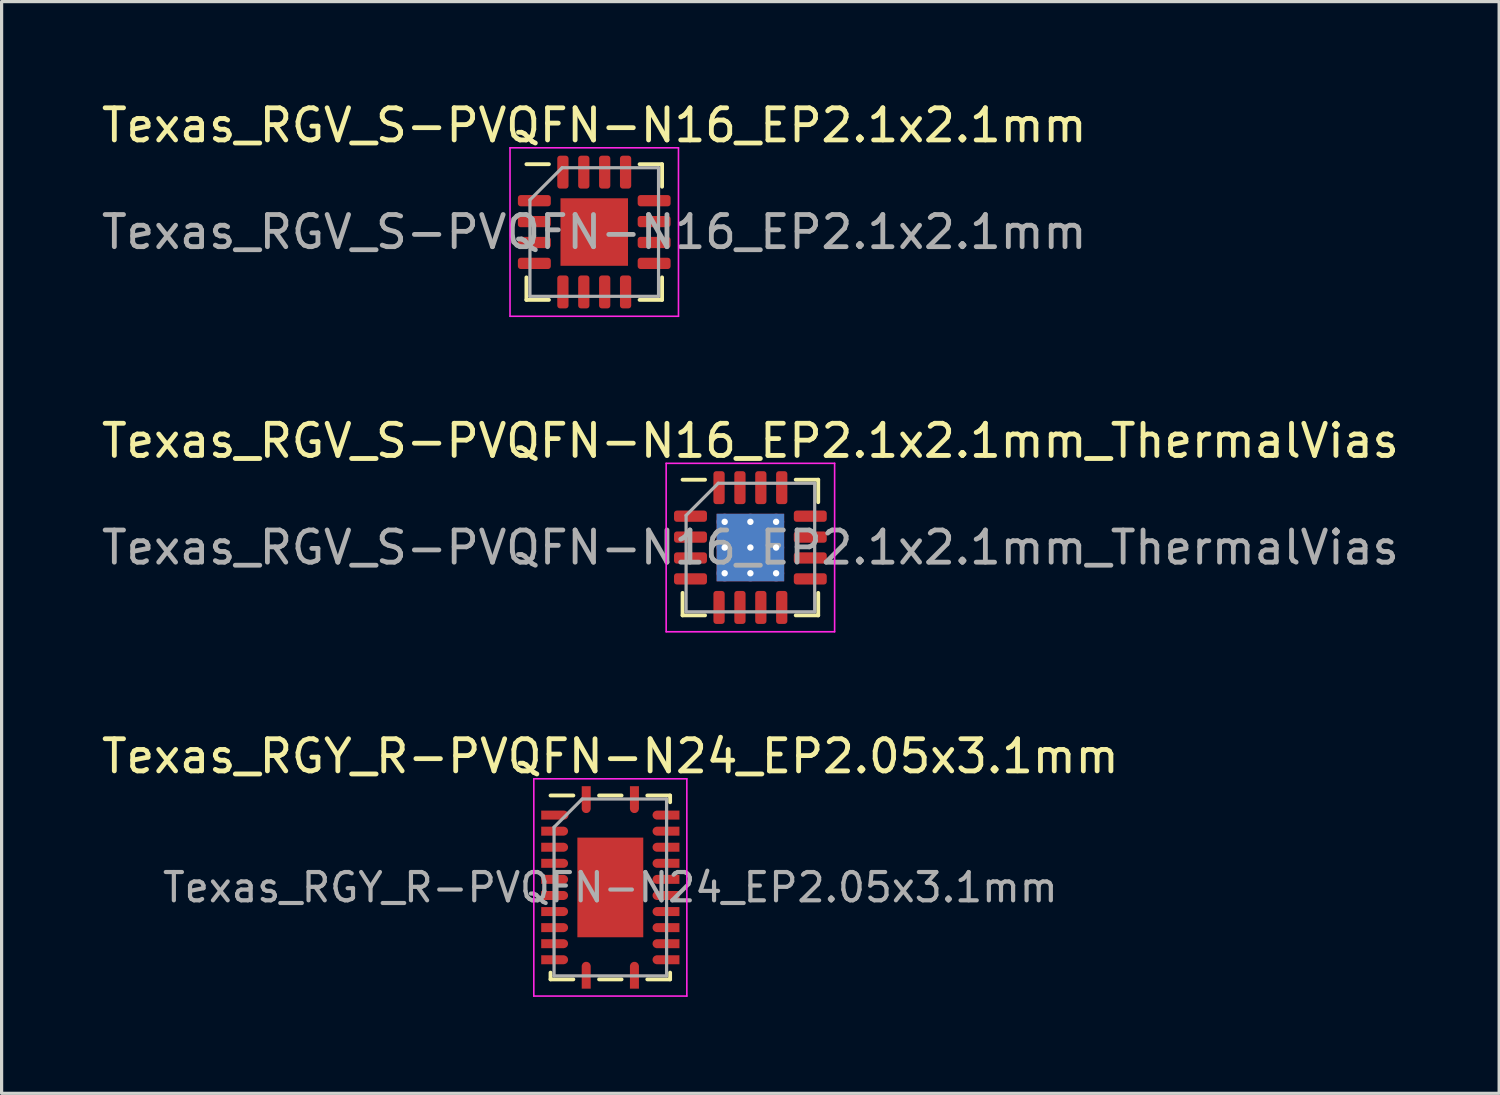
<source format=kicad_pcb>
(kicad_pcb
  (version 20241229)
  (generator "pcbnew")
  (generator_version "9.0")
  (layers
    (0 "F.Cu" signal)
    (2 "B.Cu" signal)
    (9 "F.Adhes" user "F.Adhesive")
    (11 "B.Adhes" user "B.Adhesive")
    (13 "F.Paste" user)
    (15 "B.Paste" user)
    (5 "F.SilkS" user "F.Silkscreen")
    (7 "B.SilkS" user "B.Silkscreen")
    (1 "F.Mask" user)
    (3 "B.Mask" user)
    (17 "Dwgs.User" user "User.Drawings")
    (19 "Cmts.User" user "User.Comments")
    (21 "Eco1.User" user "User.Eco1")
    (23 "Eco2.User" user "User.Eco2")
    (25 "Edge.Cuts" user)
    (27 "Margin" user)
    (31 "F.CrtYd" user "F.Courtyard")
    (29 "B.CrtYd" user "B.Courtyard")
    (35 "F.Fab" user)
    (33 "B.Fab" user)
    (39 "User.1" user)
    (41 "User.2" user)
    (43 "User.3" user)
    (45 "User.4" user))
  (footprint "Texas_RGV_S-PVQFN-N16_EP2.1x2.1mm"
    (layer "F.Cu")
    (at 15.435 4.168)
    (property "Reference" "Texas_RGV_S-PVQFN-N16_EP2.1x2.1mm" (at 0 -3.32 0) (layer "F.SilkS") (effects (font (size 1 1) (thickness 0.15))))
    (attr smd)
    (fp_line (start -2.11 2.11) (end -2.11 1.41) (stroke (width 0.12) (type solid)) (layer "F.SilkS"))
    (fp_line (start -1.41 -2.11) (end -2.11 -2.11) (stroke (width 0.12) (type solid)) (layer "F.SilkS"))
    (fp_line (start -1.41 2.11) (end -2.11 2.11) (stroke (width 0.12) (type solid)) (layer "F.SilkS"))
    (fp_line (start 1.41 -2.11) (end 2.11 -2.11) (stroke (width 0.12) (type solid)) (layer "F.SilkS"))
    (fp_line (start 1.41 2.11) (end 2.11 2.11) (stroke (width 0.12) (type solid)) (layer "F.SilkS"))
    (fp_line (start 2.11 -2.11) (end 2.11 -1.41) (stroke (width 0.12) (type solid)) (layer "F.SilkS"))
    (fp_line (start 2.11 2.11) (end 2.11 1.41) (stroke (width 0.12) (type solid)) (layer "F.SilkS"))
    (fp_line (start -2.62 -2.62) (end -2.62 2.62) (stroke (width 0.05) (type solid)) (layer "F.CrtYd"))
    (fp_line (start -2.62 2.62) (end 2.62 2.62) (stroke (width 0.05) (type solid)) (layer "F.CrtYd"))
    (fp_line (start 2.62 -2.62) (end -2.62 -2.62) (stroke (width 0.05) (type solid)) (layer "F.CrtYd"))
    (fp_line (start 2.62 2.62) (end 2.62 -2.62) (stroke (width 0.05) (type solid)) (layer "F.CrtYd"))
    (fp_line (start -2 -1) (end -1 -2) (stroke (width 0.1) (type solid)) (layer "F.Fab"))
    (fp_line (start -2 2) (end -2 -1) (stroke (width 0.1) (type solid)) (layer "F.Fab"))
    (fp_line (start -1 -2) (end 2 -2) (stroke (width 0.1) (type solid)) (layer "F.Fab"))
    (fp_line (start 2 -2) (end 2 2) (stroke (width 0.1) (type solid)) (layer "F.Fab"))
    (fp_line (start 2 2) (end -2 2) (stroke (width 0.1) (type solid)) (layer "F.Fab"))
    (fp_text user "${REFERENCE}" (at 0 0 0) (layer "F.Fab") (effects (font (size 1 1) (thickness 0.15))))
    (pad "" smd roundrect (at -0.525 -0.525) (size 0.85 0.85) (layers "F.Paste") (roundrect_rratio 0.25))
    (pad "" smd roundrect (at -0.525 0.525) (size 0.85 0.85) (layers "F.Paste") (roundrect_rratio 0.25))
    (pad "" smd roundrect (at 0.525 -0.525) (size 0.85 0.85) (layers "F.Paste") (roundrect_rratio 0.25))
    (pad "" smd roundrect (at 0.525 0.525) (size 0.85 0.85) (layers "F.Paste") (roundrect_rratio 0.25))
    (pad "1" smd roundrect (at -1.863 -0.975) (size 1.025 0.35) (layers "F.Cu" "F.Mask" "F.Paste") (roundrect_rratio 0.25))
    (pad "2" smd roundrect (at -1.863 -0.325) (size 1.025 0.35) (layers "F.Cu" "F.Mask" "F.Paste") (roundrect_rratio 0.25))
    (pad "3" smd roundrect (at -1.863 0.325) (size 1.025 0.35) (layers "F.Cu" "F.Mask" "F.Paste") (roundrect_rratio 0.25))
    (pad "4" smd roundrect (at -1.863 0.975) (size 1.025 0.35) (layers "F.Cu" "F.Mask" "F.Paste") (roundrect_rratio 0.25))
    (pad "5" smd roundrect (at -0.975 1.863) (size 0.35 1.025) (layers "F.Cu" "F.Mask" "F.Paste") (roundrect_rratio 0.25))
    (pad "6" smd roundrect (at -0.325 1.863) (size 0.35 1.025) (layers "F.Cu" "F.Mask" "F.Paste") (roundrect_rratio 0.25))
    (pad "7" smd roundrect (at 0.325 1.863) (size 0.35 1.025) (layers "F.Cu" "F.Mask" "F.Paste") (roundrect_rratio 0.25))
    (pad "8" smd roundrect (at 0.975 1.863) (size 0.35 1.025) (layers "F.Cu" "F.Mask" "F.Paste") (roundrect_rratio 0.25))
    (pad "9" smd roundrect (at 1.863 0.975) (size 1.025 0.35) (layers "F.Cu" "F.Mask" "F.Paste") (roundrect_rratio 0.25))
    (pad "10" smd roundrect (at 1.863 0.325) (size 1.025 0.35) (layers "F.Cu" "F.Mask" "F.Paste") (roundrect_rratio 0.25))
    (pad "11" smd roundrect (at 1.863 -0.325) (size 1.025 0.35) (layers "F.Cu" "F.Mask" "F.Paste") (roundrect_rratio 0.25))
    (pad "12" smd roundrect (at 1.863 -0.975) (size 1.025 0.35) (layers "F.Cu" "F.Mask" "F.Paste") (roundrect_rratio 0.25))
    (pad "13" smd roundrect (at 0.975 -1.863) (size 0.35 1.025) (layers "F.Cu" "F.Mask" "F.Paste") (roundrect_rratio 0.25))
    (pad "14" smd roundrect (at 0.325 -1.863) (size 0.35 1.025) (layers "F.Cu" "F.Mask" "F.Paste") (roundrect_rratio 0.25))
    (pad "15" smd roundrect (at -0.325 -1.863) (size 0.35 1.025) (layers "F.Cu" "F.Mask" "F.Paste") (roundrect_rratio 0.25))
    (pad "16" smd roundrect (at -0.975 -1.863) (size 0.35 1.025) (layers "F.Cu" "F.Mask" "F.Paste") (roundrect_rratio 0.25))
    (pad "17" smd rect (at 0 0) (size 2.1 2.1) (layers "F.Cu" "F.Mask")))
  (footprint "Texas_RGV_S-PVQFN-N16_EP2.1x2.1mm_ThermalVias"
    (layer "F.Cu")
    (at 20.292 13.982)
    (property "Reference" "Texas_RGV_S-PVQFN-N16_EP2.1x2.1mm_ThermalVias" (at 0 -3.32 0) (layer "F.SilkS") (effects (font (size 1 1) (thickness 0.15))))
    (attr smd)
    (fp_line (start -2.11 2.11) (end -2.11 1.41) (stroke (width 0.12) (type solid)) (layer "F.SilkS"))
    (fp_line (start -1.41 -2.11) (end -2.11 -2.11) (stroke (width 0.12) (type solid)) (layer "F.SilkS"))
    (fp_line (start -1.41 2.11) (end -2.11 2.11) (stroke (width 0.12) (type solid)) (layer "F.SilkS"))
    (fp_line (start 1.41 -2.11) (end 2.11 -2.11) (stroke (width 0.12) (type solid)) (layer "F.SilkS"))
    (fp_line (start 1.41 2.11) (end 2.11 2.11) (stroke (width 0.12) (type solid)) (layer "F.SilkS"))
    (fp_line (start 2.11 -2.11) (end 2.11 -1.41) (stroke (width 0.12) (type solid)) (layer "F.SilkS"))
    (fp_line (start 2.11 2.11) (end 2.11 1.41) (stroke (width 0.12) (type solid)) (layer "F.SilkS"))
    (fp_line (start -2.62 -2.62) (end -2.62 2.62) (stroke (width 0.05) (type solid)) (layer "F.CrtYd"))
    (fp_line (start -2.62 2.62) (end 2.62 2.62) (stroke (width 0.05) (type solid)) (layer "F.CrtYd"))
    (fp_line (start 2.62 -2.62) (end -2.62 -2.62) (stroke (width 0.05) (type solid)) (layer "F.CrtYd"))
    (fp_line (start 2.62 2.62) (end 2.62 -2.62) (stroke (width 0.05) (type solid)) (layer "F.CrtYd"))
    (fp_line (start -2 -1) (end -1 -2) (stroke (width 0.1) (type solid)) (layer "F.Fab"))
    (fp_line (start -2 2) (end -2 -1) (stroke (width 0.1) (type solid)) (layer "F.Fab"))
    (fp_line (start -1 -2) (end 2 -2) (stroke (width 0.1) (type solid)) (layer "F.Fab"))
    (fp_line (start 2 -2) (end 2 2) (stroke (width 0.1) (type solid)) (layer "F.Fab"))
    (fp_line (start 2 2) (end -2 2) (stroke (width 0.1) (type solid)) (layer "F.Fab"))
    (fp_text user "${REFERENCE}" (at 0 0 0) (layer "F.Fab") (effects (font (size 1 1) (thickness 0.15))))
    (pad "" smd roundrect (at -0.525 -0.525) (size 0.91 0.91) (layers "F.Paste") (roundrect_rratio 0.25))
    (pad "" smd roundrect (at -0.525 0.525) (size 0.91 0.91) (layers "F.Paste") (roundrect_rratio 0.25))
    (pad "" smd roundrect (at 0.525 -0.525) (size 0.91 0.91) (layers "F.Paste") (roundrect_rratio 0.25))
    (pad "" smd roundrect (at 0.525 0.525) (size 0.91 0.91) (layers "F.Paste") (roundrect_rratio 0.25))
    (pad "1" smd roundrect (at -1.863 -0.975) (size 1.025 0.35) (layers "F.Cu" "F.Mask" "F.Paste") (roundrect_rratio 0.25))
    (pad "2" smd roundrect (at -1.863 -0.325) (size 1.025 0.35) (layers "F.Cu" "F.Mask" "F.Paste") (roundrect_rratio 0.25))
    (pad "3" smd roundrect (at -1.863 0.325) (size 1.025 0.35) (layers "F.Cu" "F.Mask" "F.Paste") (roundrect_rratio 0.25))
    (pad "4" smd roundrect (at -1.863 0.975) (size 1.025 0.35) (layers "F.Cu" "F.Mask" "F.Paste") (roundrect_rratio 0.25))
    (pad "5" smd roundrect (at -0.975 1.863) (size 0.35 1.025) (layers "F.Cu" "F.Mask" "F.Paste") (roundrect_rratio 0.25))
    (pad "6" smd roundrect (at -0.325 1.863) (size 0.35 1.025) (layers "F.Cu" "F.Mask" "F.Paste") (roundrect_rratio 0.25))
    (pad "7" smd roundrect (at 0.325 1.863) (size 0.35 1.025) (layers "F.Cu" "F.Mask" "F.Paste") (roundrect_rratio 0.25))
    (pad "8" smd roundrect (at 0.975 1.863) (size 0.35 1.025) (layers "F.Cu" "F.Mask" "F.Paste") (roundrect_rratio 0.25))
    (pad "9" smd roundrect (at 1.863 0.975) (size 1.025 0.35) (layers "F.Cu" "F.Mask" "F.Paste") (roundrect_rratio 0.25))
    (pad "10" smd roundrect (at 1.863 0.325) (size 1.025 0.35) (layers "F.Cu" "F.Mask" "F.Paste") (roundrect_rratio 0.25))
    (pad "11" smd roundrect (at 1.863 -0.325) (size 1.025 0.35) (layers "F.Cu" "F.Mask" "F.Paste") (roundrect_rratio 0.25))
    (pad "12" smd roundrect (at 1.863 -0.975) (size 1.025 0.35) (layers "F.Cu" "F.Mask" "F.Paste") (roundrect_rratio 0.25))
    (pad "13" smd roundrect (at 0.975 -1.863) (size 0.35 1.025) (layers "F.Cu" "F.Mask" "F.Paste") (roundrect_rratio 0.25))
    (pad "14" smd roundrect (at 0.325 -1.863) (size 0.35 1.025) (layers "F.Cu" "F.Mask" "F.Paste") (roundrect_rratio 0.25))
    (pad "15" smd roundrect (at -0.325 -1.863) (size 0.35 1.025) (layers "F.Cu" "F.Mask" "F.Paste") (roundrect_rratio 0.25))
    (pad "16" smd roundrect (at -0.975 -1.863) (size 0.35 1.025) (layers "F.Cu" "F.Mask" "F.Paste") (roundrect_rratio 0.25))
    (pad "17" thru_hole circle (at -0.8 -0.8) (size 0.5 0.5) (drill 0.2) (layers "*.Cu"))
    (pad "17" thru_hole circle (at -0.8 0) (size 0.5 0.5) (drill 0.2) (layers "*.Cu"))
    (pad "17" thru_hole circle (at -0.8 0.8) (size 0.5 0.5) (drill 0.2) (layers "*.Cu"))
    (pad "17" thru_hole circle (at 0 -0.8) (size 0.5 0.5) (drill 0.2) (layers "*.Cu"))
    (pad "17" thru_hole circle (at 0 0) (size 0.5 0.5) (drill 0.2) (layers "*.Cu"))
    (pad "17" smd rect (at 0 0) (size 2.1 2.1) (layers "F.Cu" "F.Mask"))
    (pad "17" smd rect (at 0 0) (size 2.1 2.1) (layers "B.Cu"))
    (pad "17" thru_hole circle (at 0 0.8) (size 0.5 0.5) (drill 0.2) (layers "*.Cu"))
    (pad "17" thru_hole circle (at 0.8 -0.8) (size 0.5 0.5) (drill 0.2) (layers "*.Cu"))
    (pad "17" thru_hole circle (at 0.8 0) (size 0.5 0.5) (drill 0.2) (layers "*.Cu"))
    (pad "17" thru_hole circle (at 0.8 0.8) (size 0.5 0.5) (drill 0.2) (layers "*.Cu")))
  (footprint "Texas_RGY_R-PVQFN-N24_EP2.05x3.1mm"
    (layer "F.Cu")
    (at 15.935 24.555)
    (property "Reference" "Texas_RGY_R-PVQFN-N24_EP2.05x3.1mm" (at 0 -4.08 0) (layer "F.SilkS") (effects (font (size 1 1) (thickness 0.15))))
    (attr smd)
    (fp_line (start -1.86 2.86) (end -1.86 2.65) (stroke (width 0.12) (type solid)) (layer "F.SilkS"))
    (fp_line (start -1.15 -2.86) (end -1.86 -2.86) (stroke (width 0.12) (type solid)) (layer "F.SilkS"))
    (fp_line (start -1.15 2.86) (end -1.86 2.86) (stroke (width 0.12) (type solid)) (layer "F.SilkS"))
    (fp_line (start 0.35 -2.86) (end -0.35 -2.86) (stroke (width 0.12) (type solid)) (layer "F.SilkS"))
    (fp_line (start 0.35 2.86) (end -0.35 2.86) (stroke (width 0.12) (type solid)) (layer "F.SilkS"))
    (fp_line (start 1.15 -2.86) (end 1.86 -2.86) (stroke (width 0.12) (type solid)) (layer "F.SilkS"))
    (fp_line (start 1.15 2.86) (end 1.86 2.86) (stroke (width 0.12) (type solid)) (layer "F.SilkS"))
    (fp_line (start 1.86 -2.86) (end 1.86 -2.65) (stroke (width 0.12) (type solid)) (layer "F.SilkS"))
    (fp_line (start 1.86 2.86) (end 1.86 2.65) (stroke (width 0.12) (type solid)) (layer "F.SilkS"))
    (fp_line (start -2.38 -3.38) (end -2.38 3.38) (stroke (width 0.05) (type solid)) (layer "F.CrtYd"))
    (fp_line (start -2.38 3.38) (end 2.38 3.38) (stroke (width 0.05) (type solid)) (layer "F.CrtYd"))
    (fp_line (start 2.38 -3.38) (end -2.38 -3.38) (stroke (width 0.05) (type solid)) (layer "F.CrtYd"))
    (fp_line (start 2.38 3.38) (end 2.38 -3.38) (stroke (width 0.05) (type solid)) (layer "F.CrtYd"))
    (fp_line (start -1.75 -1.875) (end -0.875 -2.75) (stroke (width 0.1) (type solid)) (layer "F.Fab"))
    (fp_line (start -1.75 2.75) (end -1.75 -1.875) (stroke (width 0.1) (type solid)) (layer "F.Fab"))
    (fp_line (start -0.875 -2.75) (end 1.75 -2.75) (stroke (width 0.1) (type solid)) (layer "F.Fab"))
    (fp_line (start 1.75 -2.75) (end 1.75 2.75) (stroke (width 0.1) (type solid)) (layer "F.Fab"))
    (fp_line (start 1.75 2.75) (end -1.75 2.75) (stroke (width 0.1) (type solid)) (layer "F.Fab"))
    (fp_text user "${REFERENCE}" (at 0 0 0) (layer "F.Fab") (effects (font (size 0.88 0.88) (thickness 0.13))))
    (pad "" smd rect (at -0.56 -0.81) (size 0.82 1.32) (layers "F.Paste"))
    (pad "" smd rect (at -0.56 0.81) (size 0.82 1.32) (layers "F.Paste"))
    (pad "" smd rect (at 0.56 -0.81) (size 0.82 1.32) (layers "F.Paste"))
    (pad "" smd rect (at 0.56 0.81) (size 0.82 1.32) (layers "F.Paste"))
    (pad "1" smd custom (at -0.75 -2.795) (size 0.28 0.71) (layers "F.Cu" "F.Mask" "F.Paste") (options (anchor rect)) (primitives (gr_circle (center 0 0.343) (end 0.14 0.343) (width 0) (fill yes))))
    (pad "2" smd custom (at -1.795 -2.25) (size 0.71 0.28) (layers "F.Cu" "F.Mask" "F.Paste") (options (anchor rect)) (primitives (gr_circle (center 0.355 0) (end 0.495 0) (width 0) (fill yes))))
    (pad "3" smd custom (at -1.795 -1.75) (size 0.71 0.28) (layers "F.Cu" "F.Mask" "F.Paste") (options (anchor rect)) (primitives (gr_circle (center 0.343 0) (end 0.482 0) (width 0) (fill yes))))
    (pad "4" smd custom (at -1.795 -1.25) (size 0.71 0.28) (layers "F.Cu" "F.Mask" "F.Paste") (options (anchor rect)) (primitives (gr_circle (center 0.343 0) (end 0.482 0) (width 0) (fill yes))))
    (pad "5" smd custom (at -1.795 -0.75) (size 0.71 0.28) (layers "F.Cu" "F.Mask" "F.Paste") (options (anchor rect)) (primitives (gr_circle (center 0.343 0) (end 0.482 0) (width 0) (fill yes))))
    (pad "6" smd custom (at -1.795 -0.25) (size 0.71 0.28) (layers "F.Cu" "F.Mask" "F.Paste") (options (anchor rect)) (primitives (gr_circle (center 0.343 0) (end 0.482 0) (width 0) (fill yes))))
    (pad "7" smd custom (at -1.795 0.25) (size 0.71 0.28) (layers "F.Cu" "F.Mask" "F.Paste") (options (anchor rect)) (primitives (gr_circle (center 0.343 0) (end 0.482 0) (width 0) (fill yes))))
    (pad "8" smd custom (at -1.795 0.75) (size 0.71 0.28) (layers "F.Cu" "F.Mask" "F.Paste") (options (anchor rect)) (primitives (gr_circle (center 0.343 0) (end 0.482 0) (width 0) (fill yes))))
    (pad "9" smd custom (at -1.795 1.25) (size 0.71 0.28) (layers "F.Cu" "F.Mask" "F.Paste") (options (anchor rect)) (primitives (gr_circle (center 0.343 0) (end 0.482 0) (width 0) (fill yes))))
    (pad "10" smd custom (at -1.795 1.75) (size 0.71 0.28) (layers "F.Cu" "F.Mask" "F.Paste") (options (anchor rect)) (primitives (gr_circle (center 0.343 0) (end 0.482 0) (width 0) (fill yes))))
    (pad "11" smd custom (at -1.795 2.25) (size 0.71 0.28) (layers "F.Cu" "F.Mask" "F.Paste") (options (anchor rect)) (primitives (gr_circle (center 0.343 0) (end 0.482 0) (width 0) (fill yes))))
    (pad "12" smd custom (at -0.75 2.795) (size 0.28 0.71) (layers "F.Cu" "F.Mask" "F.Paste") (options (anchor rect)) (primitives (gr_circle (center 0 -0.343) (end 0.14 -0.343) (width 0) (fill yes))))
    (pad "13" smd custom (at 0.75 2.795) (size 0.28 0.71) (layers "F.Cu" "F.Mask" "F.Paste") (options (anchor rect)) (primitives (gr_circle (center 0 -0.343) (end 0.14 -0.343) (width 0) (fill yes))))
    (pad "14" smd custom (at 1.795 2.25) (size 0.71 0.28) (layers "F.Cu" "F.Mask" "F.Paste") (options (anchor rect)) (primitives (gr_circle (center -0.343 0) (end -0.203 0) (width 0) (fill yes))))
    (pad "15" smd custom (at 1.795 1.75) (size 0.71 0.28) (layers "F.Cu" "F.Mask" "F.Paste") (options (anchor rect)) (primitives (gr_circle (center -0.343 0) (end -0.203 0) (width 0) (fill yes))))
    (pad "16" smd custom (at 1.795 1.25) (size 0.71 0.28) (layers "F.Cu" "F.Mask" "F.Paste") (options (anchor rect)) (primitives (gr_circle (center -0.343 0) (end -0.203 0) (width 0) (fill yes))))
    (pad "17" smd custom (at 1.795 0.75) (size 0.71 0.28) (layers "F.Cu" "F.Mask" "F.Paste") (options (anchor rect)) (primitives (gr_circle (center -0.343 0) (end -0.203 0) (width 0) (fill yes))))
    (pad "18" smd custom (at 1.795 0.25) (size 0.71 0.28) (layers "F.Cu" "F.Mask" "F.Paste") (options (anchor rect)) (primitives (gr_circle (center -0.343 0) (end -0.203 0) (width 0) (fill yes))))
    (pad "19" smd custom (at 1.795 -0.25) (size 0.71 0.28) (layers "F.Cu" "F.Mask" "F.Paste") (options (anchor rect)) (primitives (gr_circle (center -0.343 0) (end -0.203 0) (width 0) (fill yes))))
    (pad "20" smd custom (at 1.795 -0.75) (size 0.71 0.28) (layers "F.Cu" "F.Mask" "F.Paste") (options (anchor rect)) (primitives (gr_circle (center -0.343 0) (end -0.203 0) (width 0) (fill yes))))
    (pad "21" smd custom (at 1.795 -1.25) (size 0.71 0.28) (layers "F.Cu" "F.Mask" "F.Paste") (options (anchor rect)) (primitives (gr_circle (center -0.343 0) (end -0.203 0) (width 0) (fill yes))))
    (pad "22" smd custom (at 1.795 -1.75) (size 0.71 0.28) (layers "F.Cu" "F.Mask" "F.Paste") (options (anchor rect)) (primitives (gr_circle (center -0.343 0) (end -0.203 0) (width 0) (fill yes))))
    (pad "23" smd custom (at 1.795 -2.25) (size 0.71 0.28) (layers "F.Cu" "F.Mask" "F.Paste") (options (anchor rect)) (primitives (gr_circle (center -0.343 0) (end -0.203 0) (width 0) (fill yes))))
    (pad "24" smd custom (at 0.75 -2.795) (size 0.28 0.71) (layers "F.Cu" "F.Mask" "F.Paste") (options (anchor rect)) (primitives (gr_circle (center 0 0.343) (end 0.14 0.343) (width 0) (fill yes))))
    (pad "25" smd rect (at 0 0) (size 2.05 3.1) (layers "F.Cu" "F.Mask")))
  (gr_rect
    (start -3 -3)
    (end 43.583 30.96)
    (stroke (width 0.1) (type default))
    (fill no)
    (layer "Edge.Cuts")))
</source>
